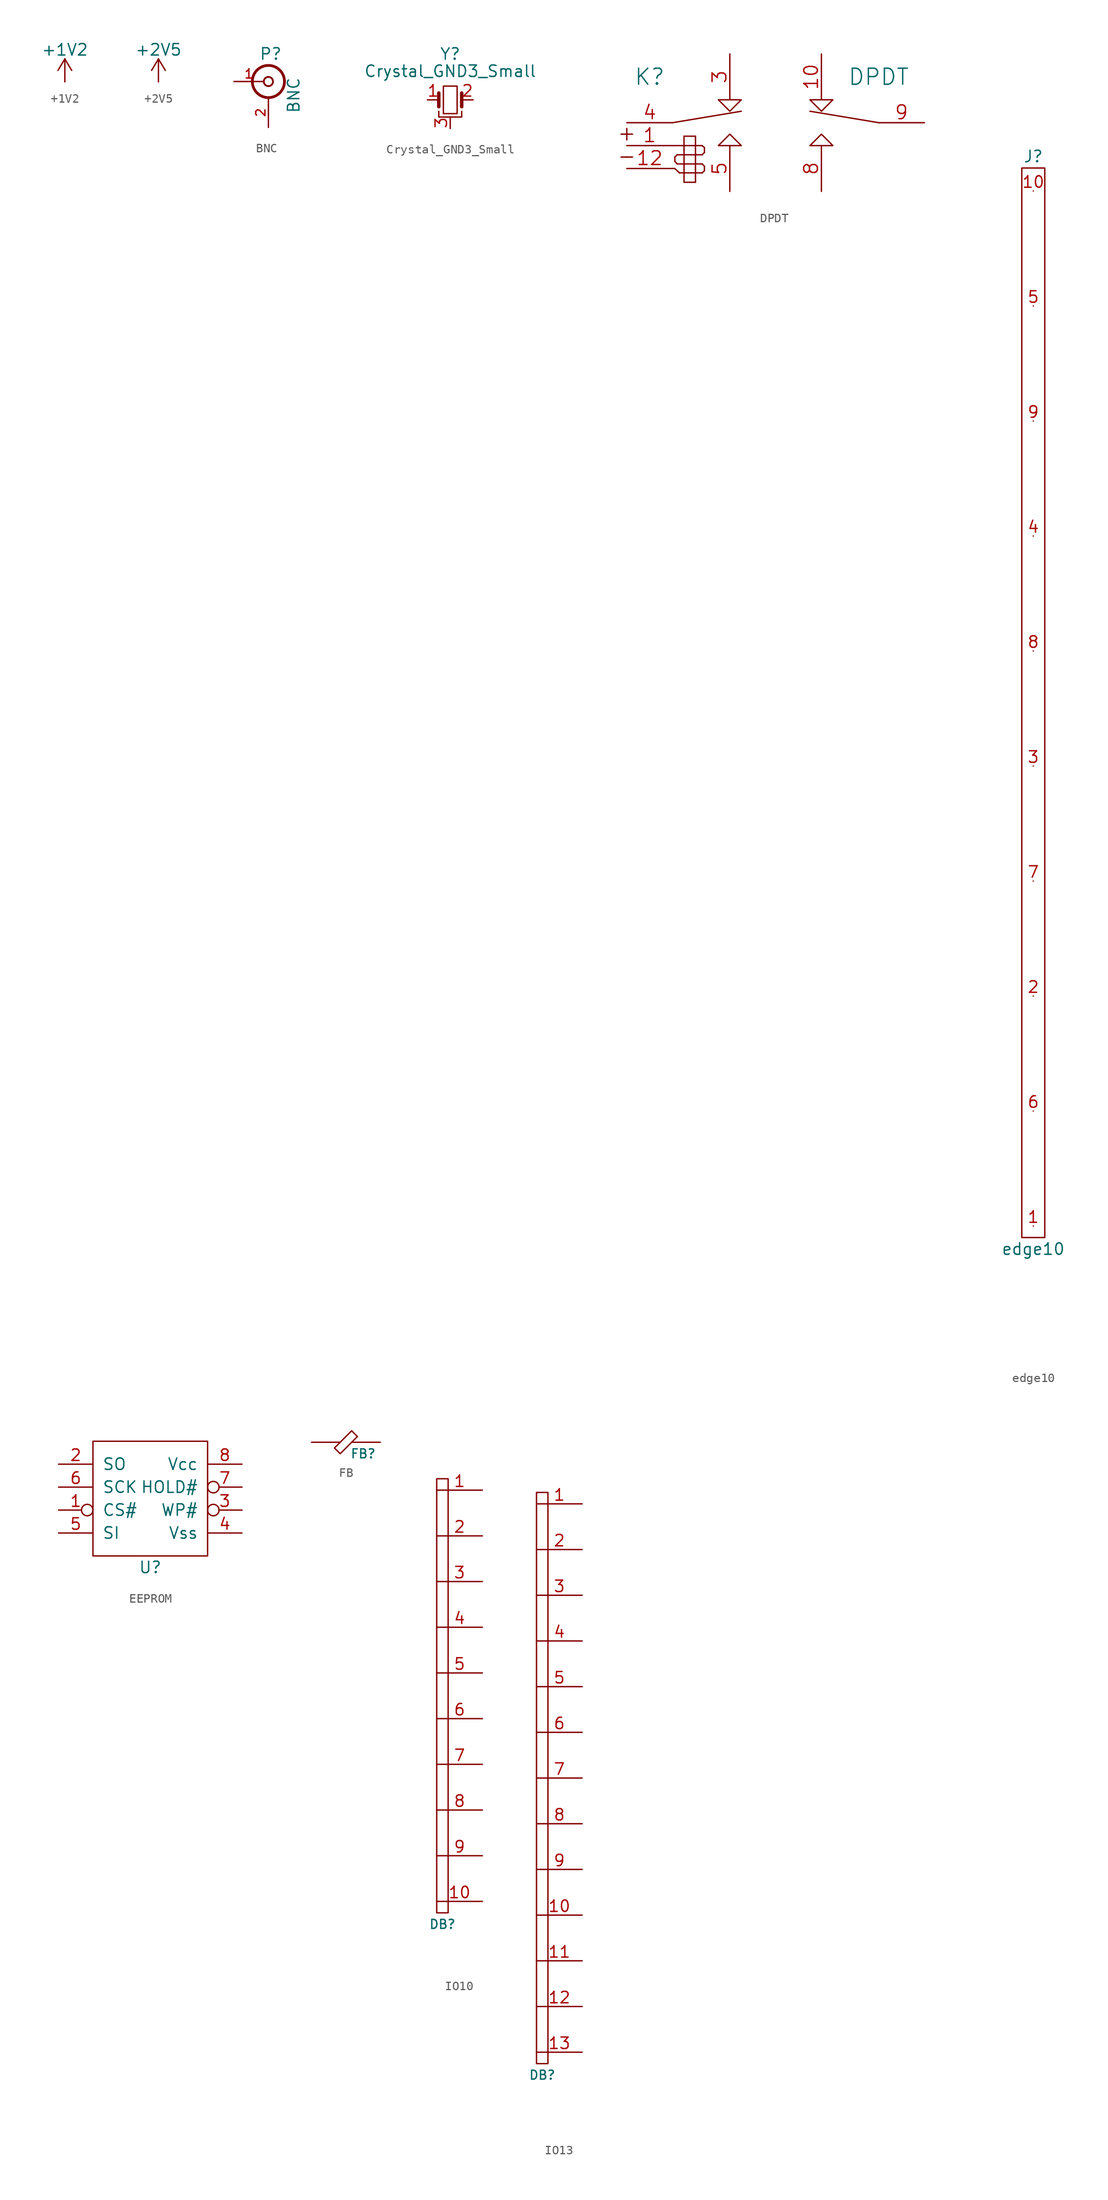
<source format=kicad_sym>
(kicad_symbol_lib
  (version 20220914)
  (generator kicad_symbol_editor)
  (symbol "+1V2"
    (power)
    (pin_names
      (offset 0))
    (property "Reference" "#PWR"
      (at 0 -3.81 0)
      (effects (font (size 1.27 1.27)) hide))
    (property "Value" "+1V2"
      (at 0 3.556 0)
      (effects (font (size 1.27 1.27))))
    (symbol "+1V2_0_1"
      (polyline (pts (xy -0.762 1.27) (xy 0 2.54)) (stroke (width 0) (type solid)) (fill (type none)))
      (polyline (pts (xy 0 0) (xy 0 2.54)) (stroke (width 0) (type solid)) (fill (type none)))
      (polyline (pts (xy 0 2.54) (xy 0.762 1.27)) (stroke (width 0) (type solid)) (fill (type none))))
    (symbol "+1V2_1_1"
      (pin power_in line (at 0 0 90) (length 0) hide (name "+1V2" (effects (font (size 1.27 1.27)))) (number "1" (effects (font (size 1.27 1.27)))))))
  (symbol "+2V5"
    (power)
    (pin_names
      (offset 0))
    (property "Reference" "#PWR"
      (at 0 -3.81 0)
      (effects (font (size 1.27 1.27)) hide))
    (property "Value" "+2V5"
      (at 0 3.556 0)
      (effects (font (size 1.27 1.27))))
    (symbol "+2V5_0_1"
      (polyline (pts (xy -0.762 1.27) (xy 0 2.54)) (stroke (width 0) (type solid)) (fill (type none)))
      (polyline (pts (xy 0 0) (xy 0 2.54)) (stroke (width 0) (type solid)) (fill (type none)))
      (polyline (pts (xy 0 2.54) (xy 0.762 1.27)) (stroke (width 0) (type solid)) (fill (type none))))
    (symbol "+2V5_1_1"
      (pin power_in line (at 0 0 90) (length 0) hide (name "+2V5" (effects (font (size 1.27 1.27)))) (number "1" (effects (font (size 1.27 1.27)))))))
  (symbol "BNC"
    (pin_names
      (offset 1.016) hide)
    (property "Reference" "P"
      (at 0.254 3.048 0)
      (effects (font (size 1.27 1.27))))
    (property "Value" "BNC"
      (at 2.794 -1.524 90)
      (effects (font (size 1.27 1.27))))
    (property "Footprint" ""
      (at 0 0 0)
      (effects (font (size 1.27 1.27))))
    (property "Datasheet" ""
      (at 0 0 0)
      (effects (font (size 1.27 1.27))))
    (symbol "BNC_0_1"
      (circle (center 0 0) (radius 0.508) (stroke (width 0.203) (type solid)) (fill (type none)))
      (circle (center 0 0) (radius 1.778) (stroke (width 0.305) (type solid)) (fill (type none))))
    (symbol "BNC_1_1"
      (pin passive line (at -3.81 0 0) (length 3.302) (name "In" (effects (font (size 1.016 1.016)))) (number "1" (effects (font (size 1.016 1.016)))))
      (pin passive line (at 0 -5.08 90) (length 3.302) (name "Ext" (effects (font (size 1.016 1.016)))) (number "2" (effects (font (size 1.016 1.016)))))))
  (symbol "Crystal_GND3_Small"
    (pin_names
      (offset 1.016) hide)
    (property "Reference" "Y"
      (at 0 5.08 0)
      (effects (font (size 1.27 1.27))))
    (property "Value" "Crystal_GND3_Small"
      (at 0 3.175 0)
      (effects (font (size 1.27 1.27))))
    (symbol "Crystal_GND3_Small_0_1"
      (rectangle (start -0.762 -1.524) (end 0.762 1.524) (stroke (width 0) (type solid)) (fill (type none)))
      (polyline (pts (xy -1.27 -0.762) (xy -1.27 0.762)) (stroke (width 0.381) (type solid)) (fill (type none)))
      (polyline (pts (xy 1.27 -0.762) (xy 1.27 0.762)) (stroke (width 0.381) (type solid)) (fill (type none)))
      (polyline (pts (xy -1.27 -1.27) (xy -1.27 -1.905) (xy 1.27 -1.905) (xy 1.27 -1.27)) (stroke (width 0) (type solid)) (fill (type none))))
    (symbol "Crystal_GND3_Small_1_1"
      (pin passive line (at -2.54 0 0) (length 1.27) (name "1" (effects (font (size 1.27 1.27)))) (number "1" (effects (font (size 1.27 1.27)))))
      (pin passive line (at 2.54 0 180) (length 1.27) (name "2" (effects (font (size 1.27 1.27)))) (number "2" (effects (font (size 1.27 1.27)))))
      (pin passive line (at 0 -3.175 90) (length 1.27) (name "3" (effects (font (size 1.27 1.27)))) (number "3" (effects (font (size 1.27 1.27)))))))
  (symbol "DPDT"
    (pin_names
      (offset 1.016) hide)
    (property "Reference" "K"
      (at -13.97 5.08 0)
      (effects (font (size 1.778 1.778))))
    (property "Value" "DPDT"
      (at 11.43 5.08 0)
      (effects (font (size 1.778 1.778))))
    (property "Footprint" ""
      (at -7.62 -5.08 0)
      (effects (font (size 1.524 1.524))))
    (property "Datasheet" ""
      (at -7.62 -5.08 0)
      (effects (font (size 1.524 1.524))))
    (symbol "DPDT_0_1"
      (polyline (pts (xy -17.145 -3.81) (xy -16.51 -3.81)) (stroke (width 0) (type solid)) (fill (type none)))
      (polyline (pts (xy -17.145 -1.27) (xy -15.875 -1.27)) (stroke (width 0) (type solid)) (fill (type none)))
      (polyline (pts (xy -16.51 -3.81) (xy -15.875 -3.81)) (stroke (width 0) (type solid)) (fill (type none)))
      (polyline (pts (xy -16.51 -0.635) (xy -16.51 -1.905)) (stroke (width 0) (type solid)) (fill (type none)))
      (polyline (pts (xy -11.43 -5.08) (xy -11.176 -5.08)) (stroke (width 0) (type solid)) (fill (type none)))
      (polyline (pts (xy -11.43 -2.54) (xy -10.16 -2.54)) (stroke (width 0) (type solid)) (fill (type none)))
      (polyline (pts (xy -11.43 0) (xy -3.81 1.27)) (stroke (width 0) (type solid)) (fill (type none)))
      (polyline (pts (xy -11.176 -5.08) (xy -10.668 -5.563)) (stroke (width 0) (type solid)) (fill (type none)))
      (polyline (pts (xy -11.176 -4.293) (xy -11.176 -3.81)) (stroke (width 0) (type solid)) (fill (type none)))
      (polyline (pts (xy -10.922 -4.572) (xy -11.176 -4.293)) (stroke (width 0) (type solid)) (fill (type none)))
      (polyline (pts (xy -10.922 -3.556) (xy -11.176 -3.81)) (stroke (width 0) (type solid)) (fill (type none)))
      (polyline (pts (xy -10.668 -5.563) (xy -10.16 -5.563)) (stroke (width 0) (type solid)) (fill (type none)))
      (polyline (pts (xy -10.16 -6.604) (xy -10.16 -1.499)) (stroke (width 0) (type solid)) (fill (type none)))
      (polyline (pts (xy -10.16 -4.572) (xy -10.922 -4.572)) (stroke (width 0) (type solid)) (fill (type none)))
      (polyline (pts (xy -10.16 -4.572) (xy -8.89 -4.572)) (stroke (width 0) (type solid)) (fill (type none)))
      (polyline (pts (xy -10.16 -3.556) (xy -10.922 -3.556)) (stroke (width 0) (type solid)) (fill (type none)))
      (polyline (pts (xy -10.16 -2.54) (xy -8.89 -2.54)) (stroke (width 0) (type solid)) (fill (type none)))
      (polyline (pts (xy -10.16 -1.499) (xy -8.89 -1.499)) (stroke (width 0) (type solid)) (fill (type none)))
      (polyline (pts (xy -8.89 -6.604) (xy -10.16 -6.604)) (stroke (width 0) (type solid)) (fill (type none)))
      (polyline (pts (xy -8.89 -5.563) (xy -10.16 -5.563)) (stroke (width 0) (type solid)) (fill (type none)))
      (polyline (pts (xy -8.89 -5.563) (xy -8.153 -5.563)) (stroke (width 0) (type solid)) (fill (type none)))
      (polyline (pts (xy -8.89 -4.572) (xy -8.153 -4.572)) (stroke (width 0) (type solid)) (fill (type none)))
      (polyline (pts (xy -8.89 -3.556) (xy -10.16 -3.556)) (stroke (width 0) (type solid)) (fill (type none)))
      (polyline (pts (xy -8.89 -3.556) (xy -8.153 -3.556)) (stroke (width 0) (type solid)) (fill (type none)))
      (polyline (pts (xy -8.89 -2.54) (xy -8.153 -2.54)) (stroke (width 0) (type solid)) (fill (type none)))
      (polyline (pts (xy -8.89 -1.499) (xy -8.89 -6.604)) (stroke (width 0) (type solid)) (fill (type none)))
      (polyline (pts (xy -8.153 -5.563) (xy -7.899 -5.334)) (stroke (width 0) (type solid)) (fill (type none)))
      (polyline (pts (xy -8.153 -4.572) (xy -7.899 -4.826)) (stroke (width 0) (type solid)) (fill (type none)))
      (polyline (pts (xy -8.153 -3.556) (xy -7.899 -3.302)) (stroke (width 0) (type solid)) (fill (type none)))
      (polyline (pts (xy -8.153 -2.54) (xy -7.899 -2.769)) (stroke (width 0) (type solid)) (fill (type none)))
      (polyline (pts (xy -7.899 -5.334) (xy -7.899 -4.826)) (stroke (width 0) (type solid)) (fill (type none)))
      (polyline (pts (xy -7.899 -2.769) (xy -7.899 -3.302)) (stroke (width 0) (type solid)) (fill (type none)))
      (polyline (pts (xy 11.43 0) (xy 3.81 1.27)) (stroke (width 0) (type solid)) (fill (type none)))
      (polyline (pts (xy -5.08 -1.27) (xy -6.35 -2.54) (xy -3.81 -2.54) (xy -5.08 -1.27)) (stroke (width 0) (type solid)) (fill (type none)))
      (polyline (pts (xy -5.08 1.27) (xy -6.35 2.54) (xy -3.81 2.54) (xy -5.08 1.27)) (stroke (width 0) (type solid)) (fill (type none)))
      (polyline (pts (xy 3.81 2.54) (xy 5.08 1.27) (xy 6.35 2.54) (xy 3.81 2.54)) (stroke (width 0) (type solid)) (fill (type none)))
      (polyline (pts (xy 5.08 -1.27) (xy 3.81 -2.54) (xy 6.35 -2.54) (xy 5.08 -1.27)) (stroke (width 0) (type solid)) (fill (type none))))
    (symbol "DPDT_1_1"
      (pin input line (at -16.51 -2.54 0) (length 5.08) (name "~" (effects (font (size 1.524 1.524)))) (number "1" (effects (font (size 1.524 1.524)))))
      (pin input line (at 5.08 7.62 270) (length 5.08) (name "~" (effects (font (size 1.524 1.524)))) (number "10" (effects (font (size 1.524 1.524)))))
      (pin input line (at -16.51 -5.08 0) (length 5.08) (name "~" (effects (font (size 1.524 1.524)))) (number "12" (effects (font (size 1.524 1.524)))))
      (pin passive line (at -5.08 7.62 270) (length 5.08) (name "~" (effects (font (size 1.524 1.524)))) (number "3" (effects (font (size 1.524 1.524)))))
      (pin passive line (at -16.51 0 0) (length 5.08) (name "~" (effects (font (size 1.524 1.524)))) (number "4" (effects (font (size 1.524 1.524)))))
      (pin input line (at -5.08 -7.62 90) (length 5.08) (name "~" (effects (font (size 1.524 1.524)))) (number "5" (effects (font (size 1.524 1.524)))))
      (pin input line (at 5.08 -7.62 90) (length 5.08) (name "~" (effects (font (size 1.524 1.524)))) (number "8" (effects (font (size 1.524 1.524)))))
      (pin input line (at 16.51 0 180) (length 5.08) (name "~" (effects (font (size 1.524 1.524)))) (number "9" (effects (font (size 1.524 1.524)))))))
  (symbol "edge10"
    (pin_names
      (offset 1.016) hide)
    (property "Reference" "J"
      (at 0 118.11 0)
      (effects (font (size 1.27 1.27))))
    (property "Value" "edge10"
      (at 0 -2.54 0)
      (effects (font (size 1.27 1.27))))
    (symbol "edge10_0_1"
      (rectangle (start -1.27 116.84) (end 1.27 -1.27) (stroke (width 0) (type solid)) (fill (type none))))
    (symbol "edge10_1_1"
      (pin passive line (at 0 0 0) (length 0) (name "~" (effects (font (size 1.27 1.27)))) (number "1" (effects (font (size 1.27 1.27)))))
      (pin passive line (at 0 114.3 0) (length 0) (name "~" (effects (font (size 1.27 1.27)))) (number "10" (effects (font (size 1.27 1.27)))))
      (pin passive line (at 0 25.4 0) (length 0) (name "~" (effects (font (size 1.27 1.27)))) (number "2" (effects (font (size 1.27 1.27)))))
      (pin passive line (at 0 50.8 0) (length 0) (name "~" (effects (font (size 1.27 1.27)))) (number "3" (effects (font (size 1.27 1.27)))))
      (pin passive line (at 0 76.2 0) (length 0) (name "~" (effects (font (size 1.27 1.27)))) (number "4" (effects (font (size 1.27 1.27)))))
      (pin passive line (at 0 101.6 0) (length 0) (name "~" (effects (font (size 1.27 1.27)))) (number "5" (effects (font (size 1.27 1.27)))))
      (pin passive line (at 0 12.7 0) (length 0) (name "~" (effects (font (size 1.27 1.27)))) (number "6" (effects (font (size 1.27 1.27)))))
      (pin passive line (at 0 38.1 0) (length 0) (name "~" (effects (font (size 1.27 1.27)))) (number "7" (effects (font (size 1.27 1.27)))))
      (pin passive line (at 0 63.5 0) (length 0) (name "~" (effects (font (size 1.27 1.27)))) (number "8" (effects (font (size 1.27 1.27)))))
      (pin passive line (at 0 88.9 0) (length 0) (name "~" (effects (font (size 1.27 1.27)))) (number "9" (effects (font (size 1.27 1.27)))))))
  (symbol "EEPROM"
    (pin_names
      (offset 1.016))
    (property "Reference" "U"
      (at 0 -7.62 0)
      (effects (font (size 1.27 1.27))))
    (symbol "EEPROM_0_1"
      (rectangle (start -6.35 6.35) (end 6.35 -6.35) (stroke (width 0) (type solid)) (fill (type none))))
    (symbol "EEPROM_1_1"
      (pin input inverted (at -10.16 -1.27 0) (length 3.81) (name "CS#" (effects (font (size 1.27 1.27)))) (number "1" (effects (font (size 1.27 1.27)))))
      (pin output line (at -10.16 3.81 0) (length 3.81) (name "SO" (effects (font (size 1.27 1.27)))) (number "2" (effects (font (size 1.27 1.27)))))
      (pin output inverted (at 10.16 -1.27 180) (length 3.81) (name "WP#" (effects (font (size 1.27 1.27)))) (number "3" (effects (font (size 1.27 1.27)))))
      (pin power_in line (at 10.16 -3.81 180) (length 3.81) (name "Vss" (effects (font (size 1.27 1.27)))) (number "4" (effects (font (size 1.27 1.27)))))
      (pin input line (at -10.16 -3.81 0) (length 3.81) (name "SI" (effects (font (size 1.27 1.27)))) (number "5" (effects (font (size 1.27 1.27)))))
      (pin input line (at -10.16 1.27 0) (length 3.81) (name "SCK" (effects (font (size 1.27 1.27)))) (number "6" (effects (font (size 1.27 1.27)))))
      (pin input inverted (at 10.16 1.27 180) (length 3.81) (name "HOLD#" (effects (font (size 1.27 1.27)))) (number "7" (effects (font (size 1.27 1.27)))))
      (pin power_in line (at 10.16 3.81 180) (length 3.81) (name "Vcc" (effects (font (size 1.27 1.27)))) (number "8" (effects (font (size 1.27 1.27)))))))
  (symbol "FB"
    (pin_numbers hide)
    (pin_names
      (offset 1.016))
    (property "Reference" "FB"
      (at 1.905 -1.27 0)
      (effects (font (size 0.991 0.991))))
    (property "Footprint" ""
      (at 0 0 0)
      (effects (font (size 1.524 1.524))))
    (property "Datasheet" ""
      (at 0 0 0)
      (effects (font (size 1.524 1.524))))
    (symbol "FB_0_1"
      (polyline (pts (xy 0.635 1.27) (xy 1.27 0.635) (xy -0.635 -1.27) (xy -1.27 -0.635) (xy 0.635 1.27)) (stroke (width 0) (type solid)) (fill (type none))))
    (symbol "FB_1_1"
      (pin passive line (at -3.81 0 0) (length 3.15) (name "~" (effects (font (size 1.524 1.524)))) (number "1" (effects (font (size 1.524 1.524)))))
      (pin input line (at 3.81 0 180) (length 3.15) (name "~" (effects (font (size 1.524 1.524)))) (number "2" (effects (font (size 1.524 1.524)))))))
  (symbol "IO10"
    (pin_names
      (offset 1.016))
    (property "Reference" "DB"
      (at -1.905 -15.24 0)
      (effects (font (size 0.991 0.991))))
    (property "Footprint" ""
      (at 0 -8.89 0)
      (effects (font (size 1.524 1.524))))
    (property "Datasheet" ""
      (at 0 -8.89 0)
      (effects (font (size 1.524 1.524))))
    (symbol "IO10_0_1"
      (rectangle (start -2.54 34.29) (end -1.27 -13.97) (stroke (width 0) (type solid)) (fill (type none))))
    (symbol "IO10_1_1"
      (pin input line (at 2.54 33.02 180) (length 5.08) (name "~" (effects (font (size 1.27 1.27)))) (number "1" (effects (font (size 1.27 1.27)))))
      (pin input line (at 2.54 -12.7 180) (length 5.08) (name "~" (effects (font (size 1.27 1.27)))) (number "10" (effects (font (size 1.27 1.27)))))
      (pin input line (at 2.54 27.94 180) (length 5.08) (name "~" (effects (font (size 1.27 1.27)))) (number "2" (effects (font (size 1.27 1.27)))))
      (pin input line (at 2.54 22.86 180) (length 5.08) (name "~" (effects (font (size 1.27 1.27)))) (number "3" (effects (font (size 1.27 1.27)))))
      (pin input line (at 2.54 17.78 180) (length 5.08) (name "~" (effects (font (size 1.27 1.27)))) (number "4" (effects (font (size 1.27 1.27)))))
      (pin input line (at 2.54 12.7 180) (length 5.08) (name "~" (effects (font (size 1.27 1.27)))) (number "5" (effects (font (size 1.27 1.27)))))
      (pin input line (at 2.54 7.62 180) (length 5.08) (name "~" (effects (font (size 1.27 1.27)))) (number "6" (effects (font (size 1.27 1.27)))))
      (pin input line (at 2.54 2.54 180) (length 5.08) (name "~" (effects (font (size 1.27 1.27)))) (number "7" (effects (font (size 1.27 1.27)))))
      (pin input line (at 2.54 -2.54 180) (length 5.08) (name "~" (effects (font (size 1.27 1.27)))) (number "8" (effects (font (size 1.27 1.27)))))
      (pin input line (at 2.54 -7.62 180) (length 5.08) (name "~" (effects (font (size 1.27 1.27)))) (number "9" (effects (font (size 1.27 1.27)))))))
  (symbol "IO13"
    (pin_names
      (offset 1.016))
    (property "Reference" "DB"
      (at -1.905 -30.48 0)
      (effects (font (size 0.991 0.991))))
    (property "Footprint" ""
      (at 0 -8.89 0)
      (effects (font (size 1.524 1.524))))
    (property "Datasheet" ""
      (at 0 -8.89 0)
      (effects (font (size 1.524 1.524))))
    (symbol "IO13_0_1"
      (rectangle (start -2.54 34.29) (end -1.27 -29.21) (stroke (width 0) (type solid)) (fill (type none))))
    (symbol "IO13_1_1"
      (pin input line (at 2.54 33.02 180) (length 5.08) (name "~" (effects (font (size 1.27 1.27)))) (number "1" (effects (font (size 1.27 1.27)))))
      (pin input line (at 2.54 -12.7 180) (length 5.08) (name "~" (effects (font (size 1.27 1.27)))) (number "10" (effects (font (size 1.27 1.27)))))
      (pin input line (at 2.54 -17.78 180) (length 5.08) (name "~" (effects (font (size 1.27 1.27)))) (number "11" (effects (font (size 1.27 1.27)))))
      (pin input line (at 2.54 -22.86 180) (length 5.08) (name "~" (effects (font (size 1.27 1.27)))) (number "12" (effects (font (size 1.27 1.27)))))
      (pin input line (at 2.54 -27.94 180) (length 5.08) (name "~" (effects (font (size 1.27 1.27)))) (number "13" (effects (font (size 1.27 1.27)))))
      (pin input line (at 2.54 27.94 180) (length 5.08) (name "~" (effects (font (size 1.27 1.27)))) (number "2" (effects (font (size 1.27 1.27)))))
      (pin input line (at 2.54 22.86 180) (length 5.08) (name "~" (effects (font (size 1.27 1.27)))) (number "3" (effects (font (size 1.27 1.27)))))
      (pin input line (at 2.54 17.78 180) (length 5.08) (name "~" (effects (font (size 1.27 1.27)))) (number "4" (effects (font (size 1.27 1.27)))))
      (pin input line (at 2.54 12.7 180) (length 5.08) (name "~" (effects (font (size 1.27 1.27)))) (number "5" (effects (font (size 1.27 1.27)))))
      (pin input line (at 2.54 7.62 180) (length 5.08) (name "~" (effects (font (size 1.27 1.27)))) (number "6" (effects (font (size 1.27 1.27)))))
      (pin input line (at 2.54 2.54 180) (length 5.08) (name "~" (effects (font (size 1.27 1.27)))) (number "7" (effects (font (size 1.27 1.27)))))
      (pin input line (at 2.54 -2.54 180) (length 5.08) (name "~" (effects (font (size 1.27 1.27)))) (number "8" (effects (font (size 1.27 1.27)))))
      (pin input line (at 2.54 -7.62 180) (length 5.08) (name "~" (effects (font (size 1.27 1.27)))) (number "9" (effects (font (size 1.27 1.27))))))))
</source>
